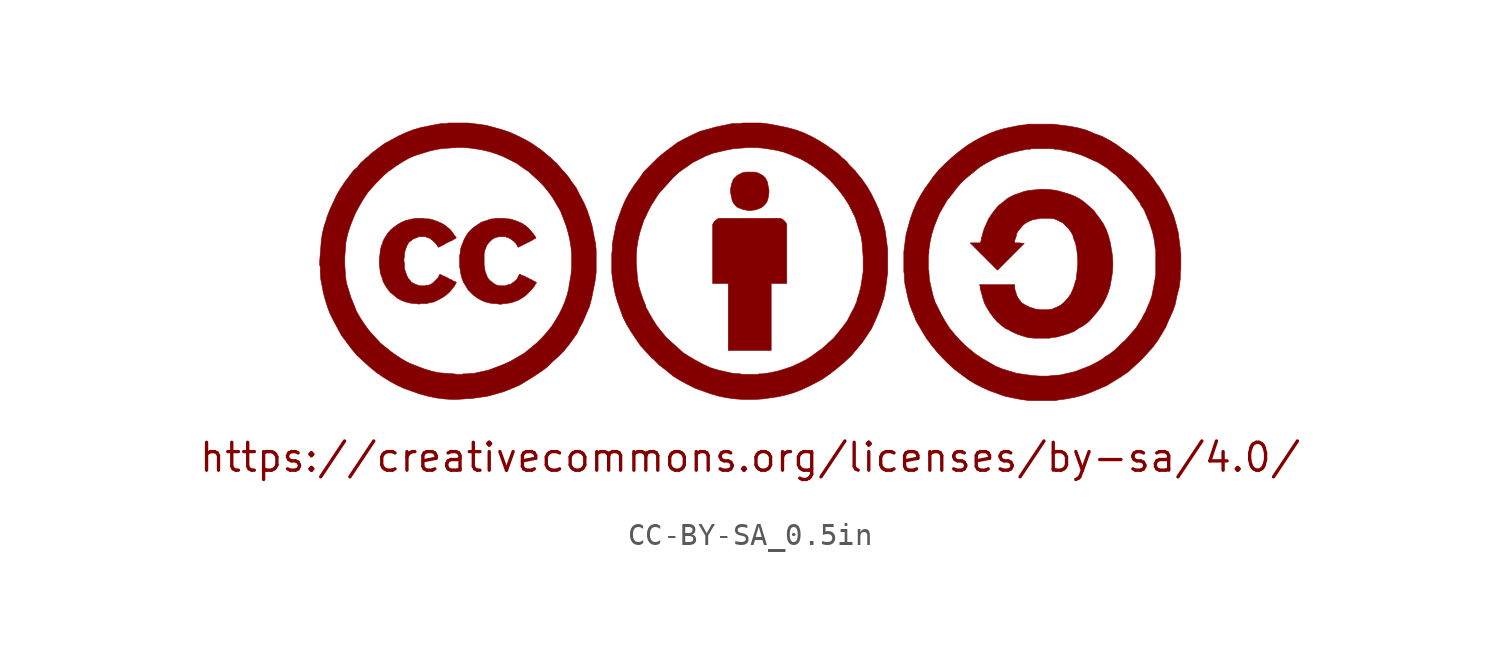
<source format=kicad_sym>
(kicad_symbol_lib
  (version 20231120)
  (generator "kicad_symbol_editor")
  (generator_version "8.0")
  (symbol "CC-BY-SA_0.5in"
    (pin_names
      (offset 1.016))
    (property "Reference" "LOGO"
      (at 0 -5.588 0)
      (effects (font (size 1.524 1.524)) (hide yes)))
    (symbol "CC-BY-SA_0.5in_0_0"
      (polyline (pts (xy 0.965 -0.965) (xy 1.676 -0.965) (xy 1.676 1.727) (xy 1.651 1.778) (xy 1.6 1.854) (xy 1.524 1.93) (xy 1.448 1.981) (xy 1.372 2.007) (xy -1.397 2.007) (xy -1.473 1.981) (xy -1.549 1.93) (xy -1.626 1.854) (xy -1.676 1.778) (xy -1.702 1.727) (xy -1.702 -0.965) (xy -0.991 -0.965) (xy -0.991 -4.013) (xy 0.965 -4.013) (xy 0.965 -0.965)) (stroke (width 0.025) (type solid)) (fill (type outline)))
      (polyline (pts (xy 0.178 2.388) (xy 0.229 2.388) (xy 0.381 2.438) (xy 0.508 2.489) (xy 0.61 2.565) (xy 0.686 2.642) (xy 0.762 2.743) (xy 0.813 2.87) (xy 0.838 2.997) (xy 0.864 3.175) (xy 0.864 3.302) (xy 0.787 3.683) (xy 0.737 3.759) (xy 0.737 3.785) (xy 0.686 3.861) (xy 0.61 3.937) (xy 0.533 3.988) (xy 0.33 4.089) (xy 0.203 4.115) (xy -0.203 4.115) (xy -0.33 4.089) (xy -0.584 3.962) (xy -0.762 3.785) (xy -0.787 3.708) (xy -0.838 3.581) (xy -0.889 3.327) (xy -0.889 3.2) (xy -0.864 3.073) (xy -0.838 2.972) (xy -0.813 2.819) (xy -0.762 2.718) (xy -0.686 2.616) (xy -0.584 2.515) (xy -0.33 2.413) (xy -0.076 2.362) (xy 0.051 2.362) (xy 0.178 2.388)) (stroke (width 0.025) (type solid)) (fill (type outline)))
      (polyline (pts (xy -11.227 -1.88) (xy -11.151 -1.88) (xy -10.973 -1.854) (xy -10.77 -1.803) (xy -10.566 -1.727) (xy -10.389 -1.626) (xy -10.211 -1.499) (xy -9.906 -1.194) (xy -9.881 -1.143) (xy -9.83 -1.092) (xy -9.779 -0.991) (xy -9.754 -0.965) (xy -9.728 -0.914) (xy -9.754 -0.914) (xy -9.779 -0.889) (xy -9.881 -0.838) (xy -9.957 -0.787) (xy -10.033 -0.762) (xy -10.109 -0.711) (xy -10.185 -0.686) (xy -10.262 -0.635) (xy -10.414 -0.584) (xy -10.439 -0.559) (xy -10.49 -0.533) (xy -10.516 -0.559) (xy -10.617 -0.762) (xy -10.693 -0.838) (xy -10.897 -0.991) (xy -11.024 -1.016) (xy -11.151 -1.067) (xy -11.405 -1.067) (xy -11.532 -1.041) (xy -11.633 -0.991) (xy -11.836 -0.838) (xy -11.887 -0.787) (xy -11.963 -0.686) (xy -12.065 -0.432) (xy -12.116 -0.127) (xy -12.116 0.381) (xy -12.09 0.533) (xy -11.989 0.787) (xy -11.913 0.889) (xy -11.76 1.041) (xy -11.684 1.092) (xy -11.557 1.143) (xy -11.43 1.168) (xy -11.125 1.168) (xy -11.1 1.143) (xy -10.998 1.118) (xy -10.871 1.041) (xy -10.77 0.965) (xy -10.668 0.864) (xy -10.592 0.737) (xy -10.566 0.686) (xy -9.957 0.991) (xy -9.881 1.041) (xy -9.779 1.092) (xy -9.754 1.118) (xy -9.779 1.168) (xy -9.804 1.194) (xy -9.83 1.245) (xy -10.084 1.549) (xy -10.236 1.676) (xy -10.389 1.778) (xy -10.566 1.854) (xy -10.77 1.93) (xy -10.973 1.981) (xy -11.074 1.981) (xy -11.201 2.007) (xy -11.582 2.007) (xy -11.684 1.981) (xy -11.786 1.981) (xy -12.243 1.829) (xy -12.548 1.626) (xy -12.675 1.524) (xy -12.827 1.372) (xy -12.929 1.219) (xy -13.03 1.041) (xy -13.183 0.635) (xy -13.208 0.406) (xy -13.233 0.305) (xy -13.233 -0.229) (xy -13.208 -0.305) (xy -13.183 -0.508) (xy -13.132 -0.711) (xy -13.056 -0.914) (xy -12.954 -1.067) (xy -12.852 -1.245) (xy -12.598 -1.499) (xy -12.421 -1.626) (xy -12.243 -1.727) (xy -12.065 -1.803) (xy -11.862 -1.854) (xy -11.633 -1.88) (xy -11.557 -1.88) (xy -11.43 -1.905) (xy -11.328 -1.905) (xy -11.227 -1.88)) (stroke (width 0.025) (type solid)) (fill (type outline)))
      (polyline (pts (xy -15.011 -1.88) (xy -14.732 -1.88) (xy -14.656 -1.854) (xy -14.554 -1.829) (xy -14.402 -1.803) (xy -14.097 -1.651) (xy -13.97 -1.575) (xy -13.894 -1.524) (xy -13.767 -1.422) (xy -13.665 -1.321) (xy -13.462 -1.067) (xy -13.411 -0.965) (xy -13.386 -0.94) (xy -13.386 -0.914) (xy -13.411 -0.889) (xy -13.437 -0.889) (xy -13.538 -0.838) (xy -13.614 -0.787) (xy -13.691 -0.762) (xy -13.767 -0.711) (xy -13.843 -0.686) (xy -13.919 -0.635) (xy -13.995 -0.61) (xy -14.097 -0.559) (xy -14.122 -0.533) (xy -14.148 -0.559) (xy -14.148 -0.584) (xy -14.173 -0.61) (xy -14.224 -0.711) (xy -14.427 -0.914) (xy -14.529 -0.991) (xy -14.58 -1.016) (xy -14.656 -1.041) (xy -14.732 -1.041) (xy -14.808 -1.067) (xy -15.062 -1.067) (xy -15.113 -1.041) (xy -15.138 -1.041) (xy -15.189 -1.016) (xy -15.265 -0.991) (xy -15.367 -0.94) (xy -15.443 -0.889) (xy -15.494 -0.813) (xy -15.57 -0.737) (xy -15.646 -0.584) (xy -15.748 -0.279) (xy -15.748 -0.102) (xy -15.773 0.102) (xy -15.748 0.305) (xy -15.748 0.356) (xy -15.723 0.508) (xy -15.672 0.66) (xy -15.621 0.787) (xy -15.545 0.914) (xy -15.342 1.067) (xy -15.088 1.168) (xy -14.783 1.168) (xy -14.732 1.143) (xy -14.58 1.092) (xy -14.529 1.041) (xy -14.453 0.991) (xy -14.3 0.838) (xy -14.199 0.686) (xy -13.945 0.813) (xy -13.868 0.864) (xy -13.665 0.965) (xy -13.589 0.991) (xy -13.386 1.118) (xy -13.411 1.168) (xy -13.462 1.219) (xy -13.564 1.372) (xy -13.665 1.499) (xy -13.919 1.702) (xy -14.046 1.778) (xy -14.224 1.854) (xy -14.427 1.93) (xy -14.63 1.981) (xy -14.783 1.981) (xy -14.884 2.007) (xy -15.24 2.007) (xy -15.316 1.981) (xy -15.392 1.981) (xy -15.697 1.905) (xy -15.875 1.829) (xy -16.053 1.727) (xy -16.231 1.6) (xy -16.383 1.473) (xy -16.51 1.321) (xy -16.612 1.168) (xy -16.713 0.991) (xy -16.764 0.813) (xy -16.789 0.787) (xy -16.84 0.584) (xy -16.866 0.356) (xy -16.891 0.152) (xy -16.891 -0.076) (xy -16.866 -0.305) (xy -16.84 -0.508) (xy -16.764 -0.711) (xy -16.713 -0.889) (xy -16.612 -1.067) (xy -16.51 -1.219) (xy -16.383 -1.372) (xy -16.078 -1.626) (xy -15.9 -1.727) (xy -15.697 -1.803) (xy -15.494 -1.854) (xy -15.265 -1.88) (xy -15.189 -1.88) (xy -15.088 -1.905) (xy -15.011 -1.88)) (stroke (width 0.025) (type solid)) (fill (type outline)))
      (polyline (pts (xy 13.741 -3.429) (xy 13.97 -3.404) (xy 14.249 -3.327) (xy 14.503 -3.251) (xy 14.757 -3.15) (xy 14.986 -2.997) (xy 15.215 -2.87) (xy 15.443 -2.692) (xy 15.799 -2.286) (xy 15.977 -2.057) (xy 16.104 -1.854) (xy 16.231 -1.6) (xy 16.332 -1.346) (xy 16.408 -1.092) (xy 16.459 -0.813) (xy 16.51 -0.508) (xy 16.535 -0.203) (xy 16.535 0.051) (xy 16.51 0.356) (xy 16.459 0.66) (xy 16.408 0.94) (xy 16.332 1.219) (xy 16.231 1.499) (xy 16.104 1.753) (xy 15.951 1.981) (xy 15.773 2.21) (xy 15.672 2.362) (xy 15.265 2.718) (xy 15.062 2.87) (xy 14.834 2.997) (xy 14.58 3.099) (xy 14.072 3.251) (xy 13.792 3.302) (xy 13.487 3.327) (xy 13.183 3.327) (xy 12.954 3.302) (xy 12.7 3.277) (xy 12.471 3.226) (xy 12.268 3.15) (xy 12.04 3.073) (xy 11.836 2.972) (xy 11.709 2.896) (xy 11.532 2.743) (xy 11.328 2.591) (xy 11.176 2.413) (xy 11.024 2.21) (xy 10.871 1.981) (xy 10.668 1.524) (xy 10.592 1.27) (xy 10.592 1.245) (xy 10.541 1.092) (xy 10.541 1.016) (xy 10.516 0.965) (xy 10.516 0.889) (xy 10.033 0.889) (xy 11.278 -0.356) (xy 12.497 0.864) (xy 12.268 0.889) (xy 12.065 0.889) (xy 12.065 1.016) (xy 12.09 1.067) (xy 12.141 1.219) (xy 12.141 1.295) (xy 12.217 1.422) (xy 12.421 1.676) (xy 12.548 1.778) (xy 12.675 1.854) (xy 12.852 1.93) (xy 12.954 1.956) (xy 13.259 2.007) (xy 13.716 2.007) (xy 13.868 1.981) (xy 13.945 1.956) (xy 14.249 1.803) (xy 14.503 1.549) (xy 14.605 1.422) (xy 14.707 1.245) (xy 14.757 1.067) (xy 14.834 0.864) (xy 14.884 0.635) (xy 14.91 0.406) (xy 14.935 0.152) (xy 14.935 -0.102) (xy 14.91 -0.356) (xy 14.859 -0.813) (xy 14.834 -0.838) (xy 14.783 -1.041) (xy 14.707 -1.245) (xy 14.63 -1.422) (xy 14.529 -1.575) (xy 14.402 -1.727) (xy 14.275 -1.854) (xy 14.148 -1.956) (xy 13.945 -2.057) (xy 13.868 -2.083) (xy 13.767 -2.134) (xy 13.691 -2.134) (xy 13.614 -2.159) (xy 13.208 -2.159) (xy 13.106 -2.134) (xy 13.03 -2.134) (xy 12.878 -2.083) (xy 12.776 -2.057) (xy 12.522 -1.93) (xy 12.395 -1.854) (xy 12.294 -1.727) (xy 12.217 -1.626) (xy 12.141 -1.473) (xy 12.141 -1.448) (xy 12.09 -1.295) (xy 12.065 -1.194) (xy 12.065 -1.016) (xy 10.465 -1.016) (xy 10.465 -1.041) (xy 10.49 -1.092) (xy 10.49 -1.194) (xy 10.541 -1.372) (xy 10.617 -1.651) (xy 10.693 -1.88) (xy 10.82 -2.108) (xy 10.947 -2.311) (xy 11.1 -2.515) (xy 11.252 -2.692) (xy 11.455 -2.87) (xy 11.659 -3.023) (xy 11.735 -3.048) (xy 11.963 -3.175) (xy 12.192 -3.277) (xy 12.421 -3.353) (xy 12.675 -3.429) (xy 12.954 -3.454) (xy 13.665 -3.454) (xy 13.741 -3.429)) (stroke (width 0.025) (type solid)) (fill (type outline)))
      (polyline (pts (xy 0.584 -6.223) (xy 1.295 -6.121) (xy 1.626 -6.045) (xy 1.981 -5.944) (xy 2.311 -5.817) (xy 2.591 -5.69) (xy 2.946 -5.512) (xy 3.277 -5.334) (xy 3.607 -5.105) (xy 3.937 -4.851) (xy 4.242 -4.597) (xy 4.547 -4.318) (xy 4.623 -4.242) (xy 5.131 -3.632) (xy 5.537 -3.023) (xy 5.69 -2.692) (xy 5.842 -2.337) (xy 5.969 -2.007) (xy 6.096 -1.626) (xy 6.172 -1.245) (xy 6.223 -0.864) (xy 6.274 -0.457) (xy 6.274 0.584) (xy 6.223 0.965) (xy 6.172 1.372) (xy 6.096 1.727) (xy 5.969 2.108) (xy 5.842 2.464) (xy 5.69 2.794) (xy 5.512 3.15) (xy 5.334 3.454) (xy 5.105 3.785) (xy 4.851 4.089) (xy 4.801 4.166) (xy 4.521 4.445) (xy 4.42 4.572) (xy 4.318 4.674) (xy 4.216 4.75) (xy 4.039 4.928) (xy 3.734 5.156) (xy 3.404 5.385) (xy 3.073 5.588) (xy 2.743 5.766) (xy 2.413 5.918) (xy 2.057 6.045) (xy 1.676 6.147) (xy 0.914 6.299) (xy 0.508 6.35) (xy -0.33 6.35) (xy -0.483 6.325) (xy -0.813 6.325) (xy -1.168 6.248) (xy -1.549 6.172) (xy -1.905 6.071) (xy -2.286 5.969) (xy -2.616 5.817) (xy -2.972 5.639) (xy -3.302 5.461) (xy -3.912 5.004) (xy -4.216 4.75) (xy -4.826 4.14) (xy -5.055 3.81) (xy -5.283 3.505) (xy -5.512 3.15) (xy -5.69 2.819) (xy -5.842 2.464) (xy -6.096 1.753) (xy -6.248 0.991) (xy -6.274 0.787) (xy -6.274 0.584) (xy -6.299 0.381) (xy -6.299 -0.025) (xy -5.182 -0.025) (xy -5.182 0.33) (xy -5.156 0.66) (xy -5.105 0.991) (xy -5.029 1.321) (xy -4.928 1.651) (xy -4.826 1.956) (xy -4.801 1.981) (xy -4.674 2.261) (xy -4.521 2.565) (xy -4.166 3.124) (xy -3.48 3.886) (xy -3.226 4.115) (xy -2.946 4.318) (xy -2.896 4.343) (xy -2.616 4.547) (xy -2.007 4.851) (xy -1.676 4.978) (xy -1.016 5.131) (xy -0.737 5.182) (xy -0.076 5.232) (xy 0.254 5.232) (xy 0.584 5.207) (xy 0.914 5.156) (xy 1.219 5.105) (xy 1.524 5.029) (xy 1.803 4.928) (xy 1.981 4.851) (xy 2.286 4.724) (xy 2.565 4.572) (xy 2.845 4.394) (xy 3.124 4.191) (xy 3.378 3.988) (xy 3.632 3.759) (xy 3.886 3.48) (xy 4.115 3.2) (xy 4.318 2.921) (xy 4.496 2.642) (xy 4.801 2.032) (xy 5.004 1.372) (xy 5.055 1.219) (xy 5.105 0.914) (xy 5.156 0.254) (xy 5.156 -0.432) (xy 5.055 -1.092) (xy 4.978 -1.397) (xy 4.877 -1.702) (xy 4.877 -1.753) (xy 4.75 -2.057) (xy 4.597 -2.337) (xy 4.445 -2.642) (xy 4.242 -2.921) (xy 4.039 -3.175) (xy 3.81 -3.454) (xy 3.556 -3.683) (xy 3.277 -3.937) (xy 3.124 -4.039) (xy 2.819 -4.267) (xy 2.54 -4.445) (xy 2.235 -4.597) (xy 1.905 -4.75) (xy 1.6 -4.851) (xy 1.27 -4.953) (xy 0.914 -5.029) (xy 0.559 -5.08) (xy 0.432 -5.08) (xy 0.33 -5.105) (xy -0.356 -5.105) (xy -0.432 -5.08) (xy -0.787 -5.055) (xy -1.143 -4.978) (xy -1.473 -4.902) (xy -1.803 -4.801) (xy -2.134 -4.648) (xy -2.184 -4.623) (xy -2.464 -4.47) (xy -2.769 -4.293) (xy -3.048 -4.115) (xy -3.81 -3.429) (xy -4.039 -3.15) (xy -4.242 -2.896) (xy -4.42 -2.616) (xy -4.597 -2.311) (xy -4.75 -2.032) (xy -4.75 -1.981) (xy -4.877 -1.676) (xy -4.978 -1.372) (xy -5.08 -1.041) (xy -5.131 -0.711) (xy -5.156 -0.356) (xy -5.182 -0.025) (xy -6.299 -0.025) (xy -6.299 -0.483) (xy -6.274 -0.66) (xy -6.223 -1.041) (xy -6.147 -1.422) (xy -6.045 -1.778) (xy -5.791 -2.489) (xy -5.613 -2.845) (xy -5.41 -3.175) (xy -5.207 -3.48) (xy -4.978 -3.81) (xy -4.724 -4.089) (xy -4.445 -4.394) (xy -4.42 -4.394) (xy -4.14 -4.674) (xy -3.81 -4.928) (xy -3.505 -5.182) (xy -3.175 -5.385) (xy -2.845 -5.563) (xy -2.489 -5.74) (xy -1.778 -5.994) (xy -1.422 -6.096) (xy -1.041 -6.172) (xy -0.66 -6.223) (xy -0.279 -6.248) (xy 0.203 -6.248) (xy 0.584 -6.223)) (stroke (width 0.025) (type solid)) (fill (type outline)))
      (polyline (pts (xy -12.649 -6.198) (xy -11.938 -6.096) (xy -11.227 -5.893) (xy -10.846 -5.74) (xy -10.49 -5.588) (xy -9.83 -5.182) (xy -9.525 -4.978) (xy -9.246 -4.775) (xy -8.992 -4.521) (xy -8.738 -4.293) (xy -8.484 -4.039) (xy -8.255 -3.759) (xy -8.052 -3.48) (xy -7.874 -3.226) (xy -7.798 -3.048) (xy -7.62 -2.718) (xy -7.315 -2.007) (xy -7.214 -1.626) (xy -7.061 -0.864) (xy -7.01 -0.457) (xy -7.01 0.559) (xy -7.036 0.838) (xy -7.112 1.219) (xy -7.188 1.626) (xy -7.29 1.981) (xy -7.417 2.362) (xy -7.569 2.718) (xy -7.747 3.048) (xy -7.925 3.404) (xy -8.153 3.708) (xy -8.23 3.835) (xy -8.433 4.089) (xy -8.56 4.216) (xy -8.814 4.521) (xy -8.915 4.597) (xy -9.068 4.75) (xy -9.525 5.131) (xy -9.677 5.232) (xy -9.855 5.359) (xy -9.931 5.41) (xy -10.236 5.588) (xy -10.592 5.766) (xy -10.922 5.918) (xy -11.303 6.045) (xy -11.659 6.147) (xy -12.04 6.248) (xy -12.421 6.299) (xy -12.827 6.35) (xy -13.741 6.35) (xy -13.868 6.325) (xy -14.046 6.325) (xy -14.224 6.299) (xy -14.986 6.147) (xy -15.342 6.045) (xy -15.672 5.918) (xy -16.002 5.766) (xy -16.662 5.41) (xy -17.272 4.953) (xy -17.399 4.826) (xy -17.501 4.75) (xy -17.602 4.648) (xy -17.729 4.547) (xy -17.831 4.42) (xy -17.907 4.318) (xy -18.009 4.242) (xy -18.085 4.166) (xy -18.466 3.658) (xy -18.669 3.353) (xy -18.847 3.048) (xy -19.152 2.388) (xy -19.279 2.057) (xy -19.304 1.956) (xy -19.406 1.651) (xy -19.482 1.346) (xy -19.533 1.041) (xy -19.558 0.711) (xy -19.583 0.406) (xy -19.609 0.051) (xy -19.609 -0.127) (xy -18.466 -0.127) (xy -18.466 0.229) (xy -18.44 0.584) (xy -18.415 0.914) (xy -18.339 1.27) (xy -18.237 1.6) (xy -18.11 1.93) (xy -17.983 2.235) (xy -17.805 2.565) (xy -17.628 2.87) (xy -17.424 3.175) (xy -17.272 3.353) (xy -17.069 3.581) (xy -16.662 3.988) (xy -16.459 4.166) (xy -16.408 4.191) (xy -16.129 4.394) (xy -15.85 4.572) (xy -15.545 4.75) (xy -15.24 4.877) (xy -14.58 5.08) (xy -14.224 5.156) (xy -14.072 5.182) (xy -13.741 5.207) (xy -13.386 5.232) (xy -13.056 5.232) (xy -12.725 5.207) (xy -12.395 5.156) (xy -12.243 5.131) (xy -11.913 5.055) (xy -11.582 4.953) (xy -11.252 4.826) (xy -10.643 4.521) (xy -10.363 4.318) (xy -10.058 4.115) (xy -9.957 4.013) (xy -9.677 3.759) (xy -9.423 3.505) (xy -9.195 3.226) (xy -8.992 2.946) (xy -8.636 2.337) (xy -8.382 1.676) (xy -8.28 1.321) (xy -8.204 0.991) (xy -8.204 0.965) (xy -8.153 0.66) (xy -8.128 0.381) (xy -8.128 -0.229) (xy -8.153 -0.533) (xy -8.204 -0.838) (xy -8.255 -1.118) (xy -8.255 -1.168) (xy -8.331 -1.473) (xy -8.433 -1.778) (xy -8.56 -2.083) (xy -8.712 -2.388) (xy -8.865 -2.642) (xy -9.042 -2.921) (xy -9.246 -3.175) (xy -9.474 -3.429) (xy -9.728 -3.683) (xy -10.287 -4.14) (xy -10.897 -4.496) (xy -11.227 -4.648) (xy -11.887 -4.902) (xy -12.217 -4.978) (xy -12.573 -5.055) (xy -12.929 -5.08) (xy -13.056 -5.08) (xy -13.157 -5.105) (xy -13.335 -5.105) (xy -13.513 -5.08) (xy -13.868 -5.055) (xy -14.199 -5.029) (xy -14.529 -4.953) (xy -14.859 -4.851) (xy -15.519 -4.597) (xy -15.799 -4.445) (xy -16.078 -4.267) (xy -16.332 -4.089) (xy -16.84 -3.683) (xy -17.069 -3.429) (xy -17.12 -3.378) (xy -17.348 -3.124) (xy -17.551 -2.845) (xy -17.755 -2.54) (xy -17.932 -2.235) (xy -18.059 -1.905) (xy -18.186 -1.6) (xy -18.39 -0.94) (xy -18.44 -0.584) (xy -18.44 -0.483) (xy -18.466 -0.127) (xy -19.609 -0.127) (xy -19.583 -0.203) (xy -19.583 -0.483) (xy -19.558 -0.787) (xy -19.507 -1.041) (xy -19.456 -1.321) (xy -19.38 -1.626) (xy -19.279 -1.956) (xy -19.152 -2.311) (xy -18.974 -2.667) (xy -18.618 -3.327) (xy -18.161 -3.937) (xy -17.907 -4.242) (xy -17.348 -4.75) (xy -17.043 -5.004) (xy -16.713 -5.232) (xy -16.383 -5.436) (xy -16.053 -5.613) (xy -15.773 -5.74) (xy -15.062 -5.994) (xy -14.681 -6.096) (xy -14.326 -6.172) (xy -13.945 -6.223) (xy -13.564 -6.248) (xy -13.411 -6.248) (xy -12.649 -6.198)) (stroke (width 0.025) (type solid)) (fill (type outline)))
      (polyline (pts (xy 14.021 -6.274) (xy 14.402 -6.223) (xy 14.808 -6.147) (xy 15.189 -6.045) (xy 15.545 -5.918) (xy 16.256 -5.613) (xy 16.916 -5.207) (xy 17.247 -4.978) (xy 17.856 -4.42) (xy 18.085 -4.166) (xy 18.339 -3.886) (xy 18.567 -3.581) (xy 18.771 -3.251) (xy 18.948 -2.946) (xy 19.101 -2.591) (xy 19.253 -2.261) (xy 19.38 -1.905) (xy 19.456 -1.524) (xy 19.558 -1.143) (xy 19.609 -0.737) (xy 19.609 -0.457) (xy 19.634 -0.33) (xy 19.634 0.406) (xy 19.609 0.508) (xy 19.609 0.61) (xy 19.558 1.016) (xy 19.507 1.397) (xy 19.406 1.778) (xy 19.304 2.134) (xy 19.152 2.489) (xy 18.999 2.819) (xy 18.821 3.15) (xy 18.618 3.48) (xy 18.567 3.531) (xy 18.364 3.835) (xy 18.136 4.115) (xy 17.882 4.394) (xy 17.628 4.648) (xy 17.348 4.902) (xy 17.323 4.902) (xy 16.713 5.359) (xy 16.383 5.563) (xy 16.053 5.74) (xy 15.697 5.867) (xy 15.342 6.02) (xy 14.986 6.121) (xy 14.605 6.198) (xy 14.199 6.248) (xy 13.818 6.299) (xy 12.675 6.299) (xy 12.598 6.274) (xy 12.319 6.248) (xy 11.938 6.172) (xy 11.582 6.096) (xy 11.227 5.994) (xy 10.897 5.867) (xy 10.566 5.715) (xy 10.236 5.537) (xy 9.906 5.334) (xy 9.5 5.029) (xy 9.195 4.775) (xy 8.89 4.496) (xy 8.611 4.216) (xy 8.357 3.912) (xy 8.128 3.581) (xy 7.976 3.378) (xy 7.772 3.048) (xy 7.595 2.718) (xy 7.442 2.362) (xy 7.315 2.007) (xy 7.214 1.651) (xy 7.112 1.27) (xy 7.061 0.889) (xy 7.01 0.483) (xy 7.01 -0.305) (xy 8.128 -0.305) (xy 8.128 0.305) (xy 8.153 0.432) (xy 8.153 0.559) (xy 8.204 0.914) (xy 8.28 1.27) (xy 8.382 1.6) (xy 8.509 1.93) (xy 8.636 2.235) (xy 8.992 2.845) (xy 9.22 3.124) (xy 9.449 3.429) (xy 9.703 3.708) (xy 9.881 3.861) (xy 10.439 4.318) (xy 10.719 4.496) (xy 10.998 4.648) (xy 11.303 4.801) (xy 11.608 4.902) (xy 11.938 5.004) (xy 12.268 5.08) (xy 12.624 5.156) (xy 12.776 5.156) (xy 12.827 5.182) (xy 13.818 5.182) (xy 13.868 5.156) (xy 14.021 5.156) (xy 14.656 5.029) (xy 14.91 4.953) (xy 15.138 4.877) (xy 15.596 4.674) (xy 15.646 4.648) (xy 15.875 4.547) (xy 16.281 4.293) (xy 16.459 4.14) (xy 16.662 3.988) (xy 17.094 3.556) (xy 17.247 3.378) (xy 17.399 3.226) (xy 17.78 2.692) (xy 17.805 2.616) (xy 17.856 2.54) (xy 17.932 2.438) (xy 17.983 2.337) (xy 18.034 2.21) (xy 18.085 2.108) (xy 18.11 2.007) (xy 18.161 1.93) (xy 18.339 1.397) (xy 18.39 1.168) (xy 18.44 0.914) (xy 18.466 0.635) (xy 18.491 0.61) (xy 18.491 -0.584) (xy 18.466 -0.66) (xy 18.466 -0.711) (xy 18.364 -1.27) (xy 18.313 -1.524) (xy 18.237 -1.753) (xy 18.136 -1.981) (xy 18.034 -2.235) (xy 17.958 -2.362) (xy 17.856 -2.565) (xy 17.602 -2.972) (xy 17.45 -3.15) (xy 17.094 -3.556) (xy 16.967 -3.658) (xy 16.662 -3.962) (xy 16.51 -4.089) (xy 16.332 -4.216) (xy 16.154 -4.318) (xy 16.078 -4.394) (xy 15.773 -4.572) (xy 15.469 -4.724) (xy 14.808 -4.978) (xy 14.148 -5.131) (xy 13.792 -5.156) (xy 13.589 -5.182) (xy 13.208 -5.182) (xy 12.852 -5.156) (xy 12.141 -5.055) (xy 11.481 -4.851) (xy 11.176 -4.724) (xy 10.566 -4.369) (xy 10.262 -4.166) (xy 9.804 -3.785) (xy 9.576 -3.556) (xy 9.322 -3.277) (xy 9.093 -2.997) (xy 8.915 -2.718) (xy 8.738 -2.413) (xy 8.433 -1.803) (xy 8.331 -1.473) (xy 8.179 -0.813) (xy 8.153 -0.457) (xy 8.153 -0.406) (xy 8.128 -0.305) (xy 7.01 -0.305) (xy 7.01 -0.432) (xy 7.036 -0.559) (xy 7.036 -0.762) (xy 7.061 -0.991) (xy 7.214 -1.702) (xy 7.315 -2.032) (xy 7.442 -2.337) (xy 7.569 -2.667) (xy 7.747 -2.972) (xy 7.849 -3.15) (xy 8.052 -3.48) (xy 8.28 -3.785) (xy 8.509 -4.064) (xy 8.763 -4.343) (xy 9.042 -4.623) (xy 9.322 -4.877) (xy 9.931 -5.334) (xy 10.262 -5.537) (xy 10.566 -5.69) (xy 10.897 -5.842) (xy 11.608 -6.096) (xy 11.963 -6.172) (xy 12.344 -6.248) (xy 12.725 -6.299) (xy 13.945 -6.299) (xy 14.021 -6.274)) (stroke (width 0.025) (type solid)) (fill (type outline)))
      (text "https://creativecommons.org/licenses/by-sa/4.0/" (at 0 -8.89 0) (effects (font (size 1.27 1.27)))))))
</source>
